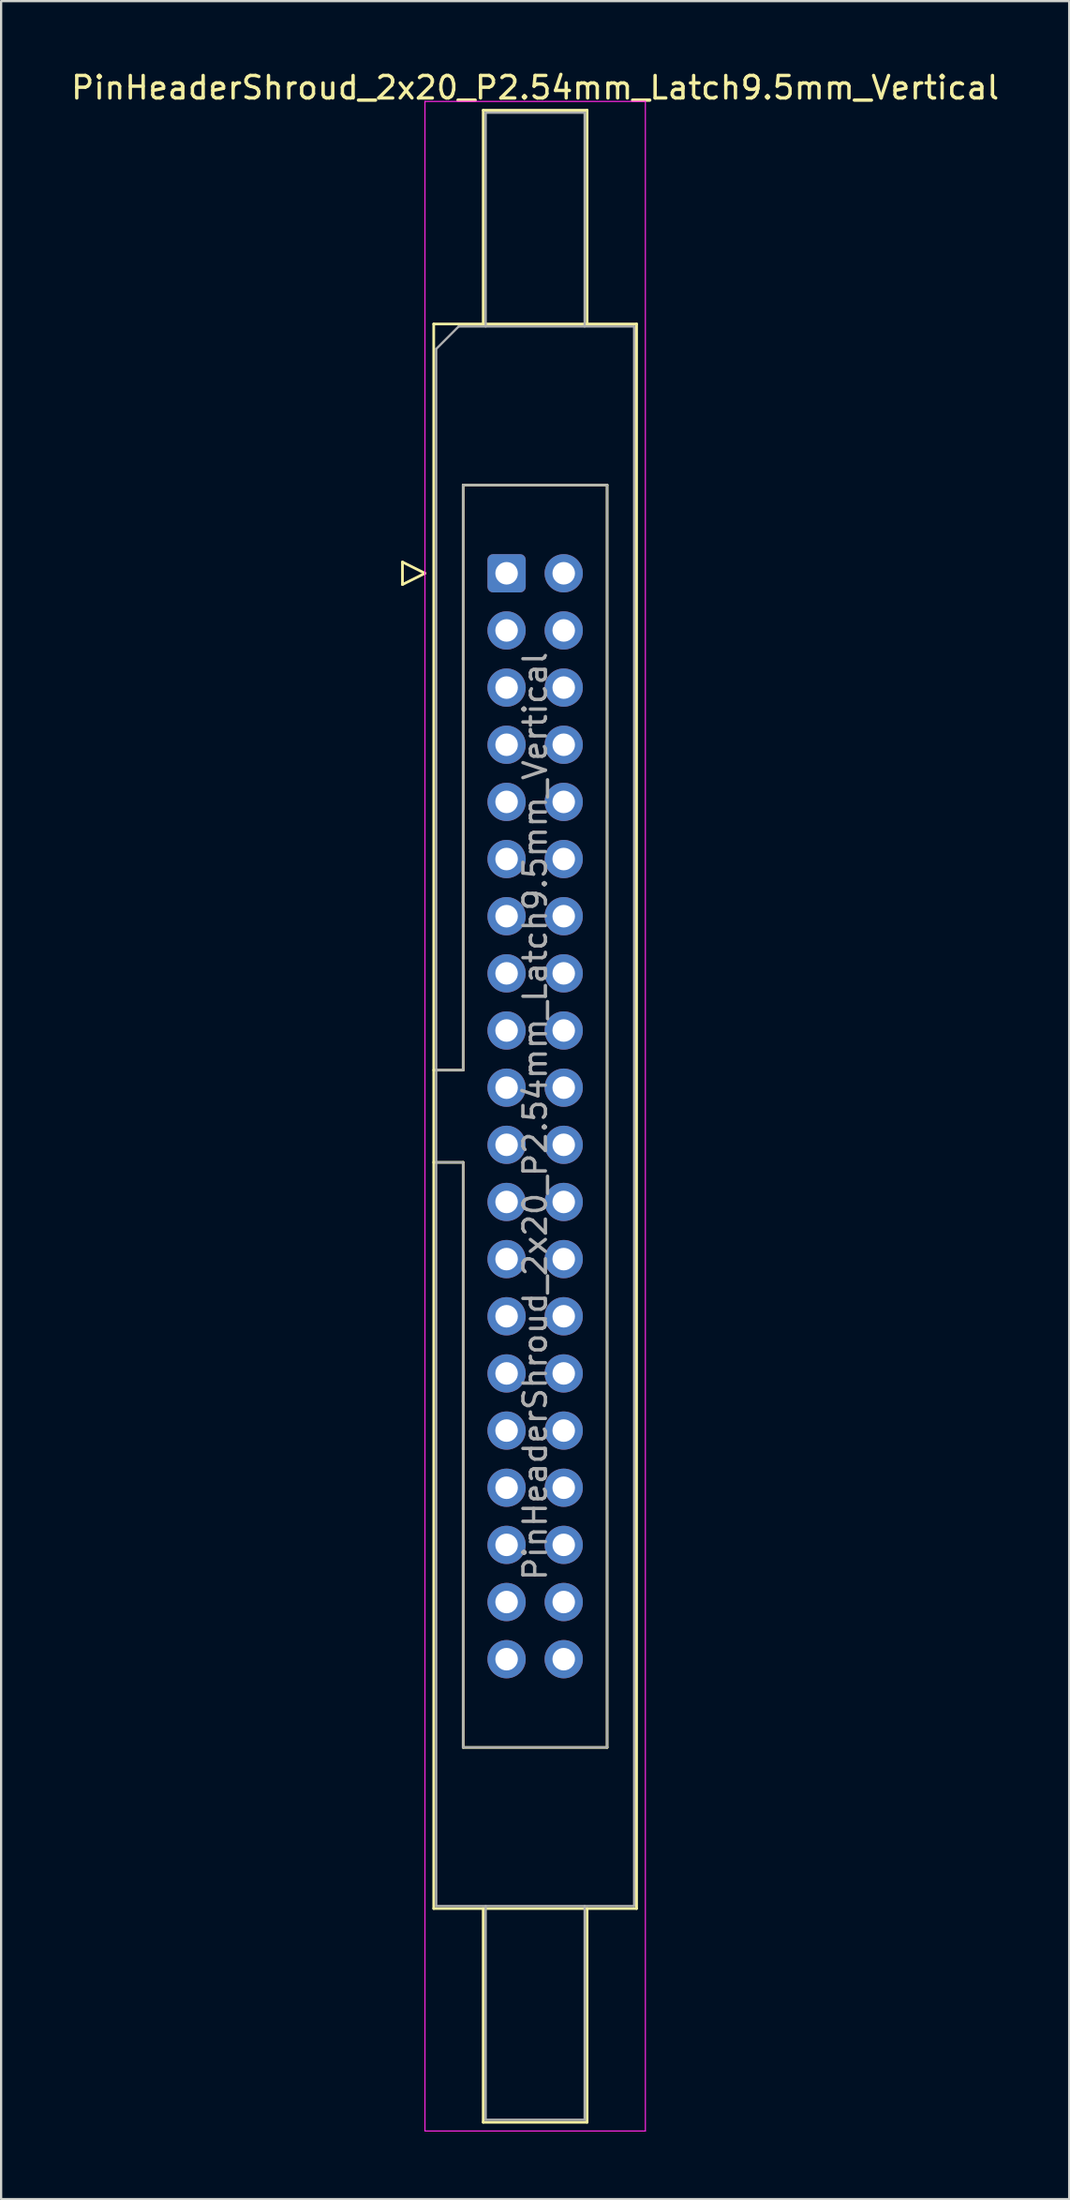
<source format=kicad_pcb>
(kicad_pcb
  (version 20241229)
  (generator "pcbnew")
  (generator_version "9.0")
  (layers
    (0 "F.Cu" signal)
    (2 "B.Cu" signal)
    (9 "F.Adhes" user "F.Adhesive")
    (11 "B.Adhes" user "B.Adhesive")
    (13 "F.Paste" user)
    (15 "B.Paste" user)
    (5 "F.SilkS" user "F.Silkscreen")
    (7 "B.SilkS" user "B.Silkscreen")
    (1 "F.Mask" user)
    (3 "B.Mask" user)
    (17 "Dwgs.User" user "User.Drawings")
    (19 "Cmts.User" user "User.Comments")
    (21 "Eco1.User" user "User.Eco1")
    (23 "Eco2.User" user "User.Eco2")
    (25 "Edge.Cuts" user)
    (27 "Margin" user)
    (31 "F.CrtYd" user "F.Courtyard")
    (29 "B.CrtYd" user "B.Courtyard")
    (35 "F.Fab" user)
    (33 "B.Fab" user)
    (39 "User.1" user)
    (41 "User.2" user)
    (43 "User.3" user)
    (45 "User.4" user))
  (footprint "PinHeaderShroud_2x20_P2.54mm_Latch9.5mm_Vertical"
    (layer "F.Cu")
    (at 19.474 22.428)
    (property "Reference" "PinHeaderShroud_2x20_P2.54mm_Latch9.5mm_Vertical" (at 1.27 -21.58 0) (layer "F.SilkS") (effects (font (size 1 1) (thickness 0.15))))
    (attr through_hole)
    (fp_line (start -4.63 -0.5) (end -4.63 0.5) (stroke (width 0.12) (type solid)) (layer "F.SilkS"))
    (fp_line (start -4.63 0.5) (end -3.63 0) (stroke (width 0.12) (type solid)) (layer "F.SilkS"))
    (fp_line (start -3.63 0) (end -4.63 -0.5) (stroke (width 0.12) (type solid)) (layer "F.SilkS"))
    (fp_line (start -3.24 -11.08) (end 5.78 -11.08) (stroke (width 0.12) (type solid)) (layer "F.SilkS"))
    (fp_line (start -3.24 22.08) (end -1.93 22.08) (stroke (width 0.12) (type solid)) (layer "F.SilkS"))
    (fp_line (start -3.24 26.18) (end -1.93 26.18) (stroke (width 0.12) (type solid)) (layer "F.SilkS"))
    (fp_line (start -3.24 59.34) (end -3.24 -11.08) (stroke (width 0.12) (type solid)) (layer "F.SilkS"))
    (fp_line (start -1.93 -3.92) (end 4.47 -3.92) (stroke (width 0.12) (type solid)) (layer "F.SilkS"))
    (fp_line (start -1.93 22.08) (end -1.93 -3.92) (stroke (width 0.12) (type solid)) (layer "F.SilkS"))
    (fp_line (start -1.93 52.18) (end -1.93 26.18) (stroke (width 0.12) (type solid)) (layer "F.SilkS"))
    (fp_line (start -1.04 -20.58) (end 3.58 -20.58) (stroke (width 0.12) (type solid)) (layer "F.SilkS"))
    (fp_line (start -1.04 -11.08) (end -1.04 -20.58) (stroke (width 0.12) (type solid)) (layer "F.SilkS"))
    (fp_line (start -1.04 59.34) (end -1.04 68.84) (stroke (width 0.12) (type solid)) (layer "F.SilkS"))
    (fp_line (start -1.04 68.84) (end 3.58 68.84) (stroke (width 0.12) (type solid)) (layer "F.SilkS"))
    (fp_line (start 3.58 -20.58) (end 3.58 -11.08) (stroke (width 0.12) (type solid)) (layer "F.SilkS"))
    (fp_line (start 3.58 68.84) (end 3.58 59.34) (stroke (width 0.12) (type solid)) (layer "F.SilkS"))
    (fp_line (start 4.47 -3.92) (end 4.47 52.18) (stroke (width 0.12) (type solid)) (layer "F.SilkS"))
    (fp_line (start 4.47 52.18) (end -1.93 52.18) (stroke (width 0.12) (type solid)) (layer "F.SilkS"))
    (fp_line (start 5.78 -11.08) (end 5.78 59.34) (stroke (width 0.12) (type solid)) (layer "F.SilkS"))
    (fp_line (start 5.78 59.34) (end -3.24 59.34) (stroke (width 0.12) (type solid)) (layer "F.SilkS"))
    (fp_line (start -3.63 -20.97) (end -3.63 69.23) (stroke (width 0.05) (type solid)) (layer "F.CrtYd"))
    (fp_line (start -3.63 69.23) (end 6.17 69.23) (stroke (width 0.05) (type solid)) (layer "F.CrtYd"))
    (fp_line (start 6.17 -20.97) (end -3.63 -20.97) (stroke (width 0.05) (type solid)) (layer "F.CrtYd"))
    (fp_line (start 6.17 69.23) (end 6.17 -20.97) (stroke (width 0.05) (type solid)) (layer "F.CrtYd"))
    (fp_line (start -3.13 -9.97) (end -2.13 -10.97) (stroke (width 0.1) (type solid)) (layer "F.Fab"))
    (fp_line (start -3.13 22.08) (end -1.93 22.08) (stroke (width 0.1) (type solid)) (layer "F.Fab"))
    (fp_line (start -3.13 26.18) (end -1.93 26.18) (stroke (width 0.1) (type solid)) (layer "F.Fab"))
    (fp_line (start -3.13 59.23) (end -3.13 -9.97) (stroke (width 0.1) (type solid)) (layer "F.Fab"))
    (fp_line (start -2.13 -10.97) (end 5.67 -10.97) (stroke (width 0.1) (type solid)) (layer "F.Fab"))
    (fp_line (start -1.93 -3.92) (end 4.47 -3.92) (stroke (width 0.1) (type solid)) (layer "F.Fab"))
    (fp_line (start -1.93 22.08) (end -1.93 -3.92) (stroke (width 0.1) (type solid)) (layer "F.Fab"))
    (fp_line (start -1.93 52.18) (end -1.93 26.18) (stroke (width 0.1) (type solid)) (layer "F.Fab"))
    (fp_line (start -0.93 -20.47) (end 3.47 -20.47) (stroke (width 0.1) (type solid)) (layer "F.Fab"))
    (fp_line (start -0.93 -10.97) (end -0.93 -20.47) (stroke (width 0.1) (type solid)) (layer "F.Fab"))
    (fp_line (start -0.93 59.23) (end -0.93 68.73) (stroke (width 0.1) (type solid)) (layer "F.Fab"))
    (fp_line (start -0.93 68.73) (end 3.47 68.73) (stroke (width 0.1) (type solid)) (layer "F.Fab"))
    (fp_line (start 3.47 -20.47) (end 3.47 -10.97) (stroke (width 0.1) (type solid)) (layer "F.Fab"))
    (fp_line (start 3.47 68.73) (end 3.47 59.23) (stroke (width 0.1) (type solid)) (layer "F.Fab"))
    (fp_line (start 4.47 -3.92) (end 4.47 52.18) (stroke (width 0.1) (type solid)) (layer "F.Fab"))
    (fp_line (start 4.47 52.18) (end -1.93 52.18) (stroke (width 0.1) (type solid)) (layer "F.Fab"))
    (fp_line (start 5.67 -10.97) (end 5.67 59.23) (stroke (width 0.1) (type solid)) (layer "F.Fab"))
    (fp_line (start 5.67 59.23) (end -3.13 59.23) (stroke (width 0.1) (type solid)) (layer "F.Fab"))
    (fp_text user "${REFERENCE}" (at 1.27 24.13 90) (layer "F.Fab") (effects (font (size 1 1) (thickness 0.15))))
    (pad "1" thru_hole roundrect (at 0 0) (size 1.7 1.7) (drill 1) (layers "*.Cu" "*.Mask") (roundrect_rratio 0.147))
    (pad "2" thru_hole circle (at 2.54 0) (size 1.7 1.7) (drill 1) (layers "*.Cu" "*.Mask"))
    (pad "3" thru_hole circle (at 0 2.54) (size 1.7 1.7) (drill 1) (layers "*.Cu" "*.Mask"))
    (pad "4" thru_hole circle (at 2.54 2.54) (size 1.7 1.7) (drill 1) (layers "*.Cu" "*.Mask"))
    (pad "5" thru_hole circle (at 0 5.08) (size 1.7 1.7) (drill 1) (layers "*.Cu" "*.Mask"))
    (pad "6" thru_hole circle (at 2.54 5.08) (size 1.7 1.7) (drill 1) (layers "*.Cu" "*.Mask"))
    (pad "7" thru_hole circle (at 0 7.62) (size 1.7 1.7) (drill 1) (layers "*.Cu" "*.Mask"))
    (pad "8" thru_hole circle (at 2.54 7.62) (size 1.7 1.7) (drill 1) (layers "*.Cu" "*.Mask"))
    (pad "9" thru_hole circle (at 0 10.16) (size 1.7 1.7) (drill 1) (layers "*.Cu" "*.Mask"))
    (pad "10" thru_hole circle (at 2.54 10.16) (size 1.7 1.7) (drill 1) (layers "*.Cu" "*.Mask"))
    (pad "11" thru_hole circle (at 0 12.7) (size 1.7 1.7) (drill 1) (layers "*.Cu" "*.Mask"))
    (pad "12" thru_hole circle (at 2.54 12.7) (size 1.7 1.7) (drill 1) (layers "*.Cu" "*.Mask"))
    (pad "13" thru_hole circle (at 0 15.24) (size 1.7 1.7) (drill 1) (layers "*.Cu" "*.Mask"))
    (pad "14" thru_hole circle (at 2.54 15.24) (size 1.7 1.7) (drill 1) (layers "*.Cu" "*.Mask"))
    (pad "15" thru_hole circle (at 0 17.78) (size 1.7 1.7) (drill 1) (layers "*.Cu" "*.Mask"))
    (pad "16" thru_hole circle (at 2.54 17.78) (size 1.7 1.7) (drill 1) (layers "*.Cu" "*.Mask"))
    (pad "17" thru_hole circle (at 0 20.32) (size 1.7 1.7) (drill 1) (layers "*.Cu" "*.Mask"))
    (pad "18" thru_hole circle (at 2.54 20.32) (size 1.7 1.7) (drill 1) (layers "*.Cu" "*.Mask"))
    (pad "19" thru_hole circle (at 0 22.86) (size 1.7 1.7) (drill 1) (layers "*.Cu" "*.Mask"))
    (pad "20" thru_hole circle (at 2.54 22.86) (size 1.7 1.7) (drill 1) (layers "*.Cu" "*.Mask"))
    (pad "21" thru_hole circle (at 0 25.4) (size 1.7 1.7) (drill 1) (layers "*.Cu" "*.Mask"))
    (pad "22" thru_hole circle (at 2.54 25.4) (size 1.7 1.7) (drill 1) (layers "*.Cu" "*.Mask"))
    (pad "23" thru_hole circle (at 0 27.94) (size 1.7 1.7) (drill 1) (layers "*.Cu" "*.Mask"))
    (pad "24" thru_hole circle (at 2.54 27.94) (size 1.7 1.7) (drill 1) (layers "*.Cu" "*.Mask"))
    (pad "25" thru_hole circle (at 0 30.48) (size 1.7 1.7) (drill 1) (layers "*.Cu" "*.Mask"))
    (pad "26" thru_hole circle (at 2.54 30.48) (size 1.7 1.7) (drill 1) (layers "*.Cu" "*.Mask"))
    (pad "27" thru_hole circle (at 0 33.02) (size 1.7 1.7) (drill 1) (layers "*.Cu" "*.Mask"))
    (pad "28" thru_hole circle (at 2.54 33.02) (size 1.7 1.7) (drill 1) (layers "*.Cu" "*.Mask"))
    (pad "29" thru_hole circle (at 0 35.56) (size 1.7 1.7) (drill 1) (layers "*.Cu" "*.Mask"))
    (pad "30" thru_hole circle (at 2.54 35.56) (size 1.7 1.7) (drill 1) (layers "*.Cu" "*.Mask"))
    (pad "31" thru_hole circle (at 0 38.1) (size 1.7 1.7) (drill 1) (layers "*.Cu" "*.Mask"))
    (pad "32" thru_hole circle (at 2.54 38.1) (size 1.7 1.7) (drill 1) (layers "*.Cu" "*.Mask"))
    (pad "33" thru_hole circle (at 0 40.64) (size 1.7 1.7) (drill 1) (layers "*.Cu" "*.Mask"))
    (pad "34" thru_hole circle (at 2.54 40.64) (size 1.7 1.7) (drill 1) (layers "*.Cu" "*.Mask"))
    (pad "35" thru_hole circle (at 0 43.18) (size 1.7 1.7) (drill 1) (layers "*.Cu" "*.Mask"))
    (pad "36" thru_hole circle (at 2.54 43.18) (size 1.7 1.7) (drill 1) (layers "*.Cu" "*.Mask"))
    (pad "37" thru_hole circle (at 0 45.72) (size 1.7 1.7) (drill 1) (layers "*.Cu" "*.Mask"))
    (pad "38" thru_hole circle (at 2.54 45.72) (size 1.7 1.7) (drill 1) (layers "*.Cu" "*.Mask"))
    (pad "39" thru_hole circle (at 0 48.26) (size 1.7 1.7) (drill 1) (layers "*.Cu" "*.Mask"))
    (pad "40" thru_hole circle (at 2.54 48.26) (size 1.7 1.7) (drill 1) (layers "*.Cu" "*.Mask")))
  (gr_rect
    (start -3 -3)
    (end 44.488 94.683)
    (stroke (width 0.1) (type default))
    (fill no)
    (layer "Edge.Cuts")))
</source>
